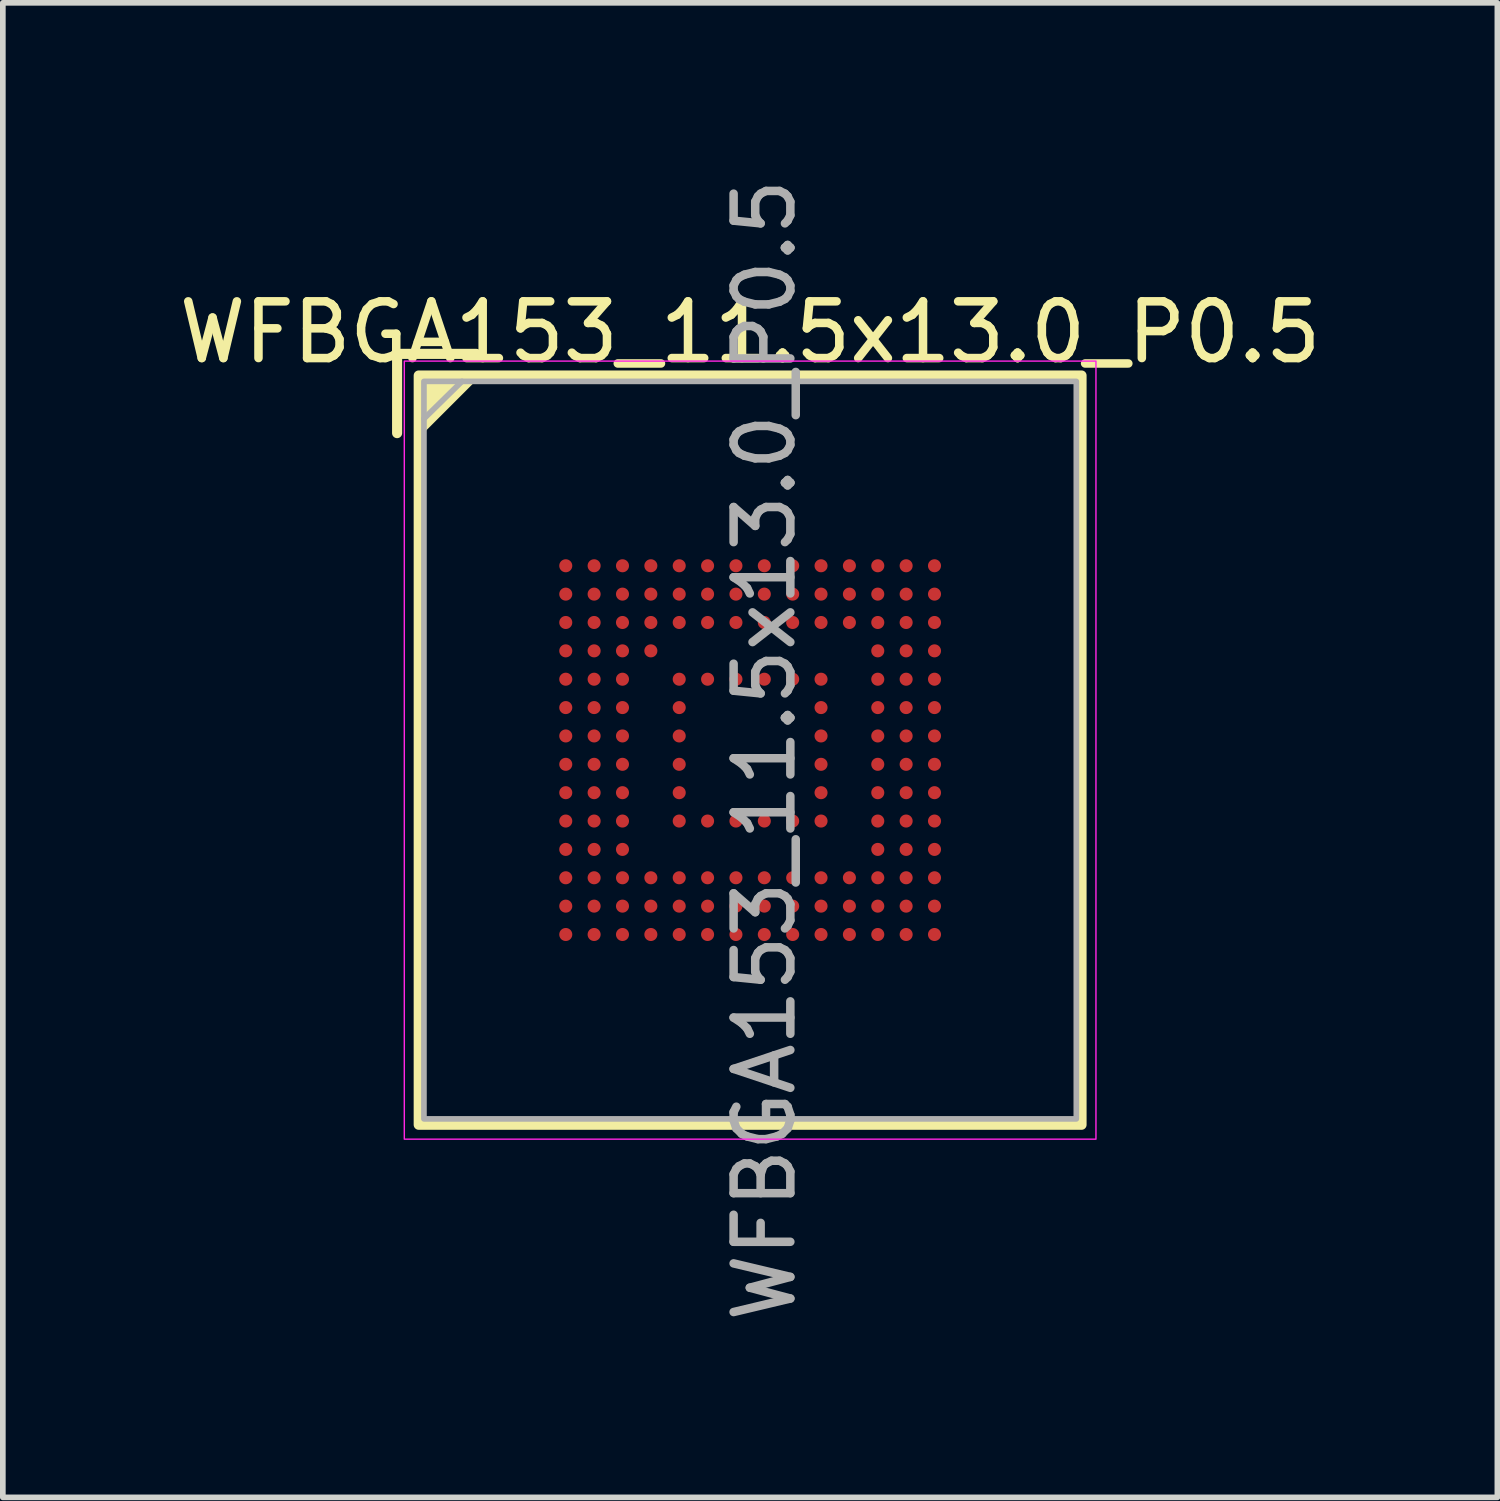
<source format=kicad_pcb>
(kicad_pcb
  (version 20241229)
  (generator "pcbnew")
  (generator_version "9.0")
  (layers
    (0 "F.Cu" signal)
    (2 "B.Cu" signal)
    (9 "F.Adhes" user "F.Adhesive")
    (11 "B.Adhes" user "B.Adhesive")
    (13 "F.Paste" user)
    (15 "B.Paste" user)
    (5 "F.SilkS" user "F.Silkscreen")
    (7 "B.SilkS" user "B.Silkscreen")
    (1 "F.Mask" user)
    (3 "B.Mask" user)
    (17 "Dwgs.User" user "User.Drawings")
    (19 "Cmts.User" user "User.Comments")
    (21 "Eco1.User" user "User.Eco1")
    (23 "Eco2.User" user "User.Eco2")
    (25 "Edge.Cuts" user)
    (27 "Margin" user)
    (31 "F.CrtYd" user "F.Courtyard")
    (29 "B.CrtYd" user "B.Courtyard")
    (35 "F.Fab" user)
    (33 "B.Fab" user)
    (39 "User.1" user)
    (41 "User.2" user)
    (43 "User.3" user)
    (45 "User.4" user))
  (footprint "WFBGA153_11.5x13.0_P0.5"
    (layer "F.Cu")
    (at 10.173 10.173)
    (property "Reference" "WFBGA153_11.5x13.0_P0.5" (at 0 -7.366 0) (unlocked yes) (layer "F.SilkS") (effects (font (size 1 1) (thickness 0.15))))
    (attr smd)
    (fp_line (start -6.223 -6.985) (end -4.826 -6.985) (stroke (width 0.178) (type solid)) (layer "F.SilkS"))
    (fp_line (start -6.223 -5.588) (end -6.223 -6.985) (stroke (width 0.178) (type solid)) (layer "F.SilkS"))
    (fp_rect (start -5.842 -6.604) (end 5.842 6.604) (stroke (width 0.178) (type solid)) (fill no) (layer "F.SilkS"))
    (fp_poly (pts (xy -5.842 -5.588) (xy -5.842 -6.604) (xy -4.826 -6.604)) (stroke (width 0.12) (type solid)) (fill yes) (layer "F.SilkS"))
    (fp_rect (start -6.096 -6.858) (end 6.096 6.858) (stroke (width 0.025) (type solid)) (fill no) (layer "F.CrtYd"))
    (fp_line (start -5.75 -5.842) (end -5.08 -6.5) (stroke (width 0.1) (type solid)) (layer "F.Fab"))
    (fp_rect (start -5.75 -6.5) (end 5.75 6.5) (stroke (width 0.1) (type solid)) (fill no) (layer "F.Fab"))
    (fp_text user "${REFERENCE}" (at 0.254 0 90) (unlocked yes) (layer "F.Fab") (effects (font (size 1 1) (thickness 0.15))))
    (pad "A1" smd circle (at -3.25 -3.25) (size 0.23 0.23) (layers "F.Cu" "F.Mask" "F.Paste"))
    (pad "A2" smd circle (at -2.75 -3.25) (size 0.23 0.23) (layers "F.Cu" "F.Mask" "F.Paste"))
    (pad "A3" smd circle (at -2.25 -3.25) (size 0.23 0.23) (layers "F.Cu" "F.Mask" "F.Paste"))
    (pad "A4" smd circle (at -1.75 -3.25) (size 0.23 0.23) (layers "F.Cu" "F.Mask" "F.Paste"))
    (pad "A5" smd circle (at -1.25 -3.25) (size 0.23 0.23) (layers "F.Cu" "F.Mask" "F.Paste"))
    (pad "A6" smd circle (at -0.75 -3.25) (size 0.23 0.23) (layers "F.Cu" "F.Mask" "F.Paste"))
    (pad "A7" smd circle (at -0.25 -3.25) (size 0.23 0.23) (layers "F.Cu" "F.Mask" "F.Paste"))
    (pad "A8" smd circle (at 0.25 -3.25) (size 0.23 0.23) (layers "F.Cu" "F.Mask" "F.Paste"))
    (pad "A9" smd circle (at 0.75 -3.25) (size 0.23 0.23) (layers "F.Cu" "F.Mask" "F.Paste"))
    (pad "A10" smd circle (at 1.25 -3.25) (size 0.23 0.23) (layers "F.Cu" "F.Mask" "F.Paste"))
    (pad "A11" smd circle (at 1.75 -3.25) (size 0.23 0.23) (layers "F.Cu" "F.Mask" "F.Paste"))
    (pad "A12" smd circle (at 2.25 -3.25) (size 0.23 0.23) (layers "F.Cu" "F.Mask" "F.Paste"))
    (pad "A13" smd circle (at 2.75 -3.25) (size 0.23 0.23) (layers "F.Cu" "F.Mask" "F.Paste"))
    (pad "A14" smd circle (at 3.25 -3.25) (size 0.23 0.23) (layers "F.Cu" "F.Mask" "F.Paste"))
    (pad "B1" smd circle (at -3.25 -2.75) (size 0.23 0.23) (layers "F.Cu" "F.Mask" "F.Paste"))
    (pad "B2" smd circle (at -2.75 -2.75) (size 0.23 0.23) (layers "F.Cu" "F.Mask" "F.Paste"))
    (pad "B3" smd circle (at -2.25 -2.75) (size 0.23 0.23) (layers "F.Cu" "F.Mask" "F.Paste"))
    (pad "B4" smd circle (at -1.75 -2.75) (size 0.23 0.23) (layers "F.Cu" "F.Mask" "F.Paste"))
    (pad "B5" smd circle (at -1.25 -2.75) (size 0.23 0.23) (layers "F.Cu" "F.Mask" "F.Paste"))
    (pad "B6" smd circle (at -0.75 -2.75) (size 0.23 0.23) (layers "F.Cu" "F.Mask" "F.Paste"))
    (pad "B7" smd circle (at -0.25 -2.75) (size 0.23 0.23) (layers "F.Cu" "F.Mask" "F.Paste"))
    (pad "B8" smd circle (at 0.25 -2.75) (size 0.23 0.23) (layers "F.Cu" "F.Mask" "F.Paste"))
    (pad "B9" smd circle (at 0.75 -2.75) (size 0.23 0.23) (layers "F.Cu" "F.Mask" "F.Paste"))
    (pad "B10" smd circle (at 1.25 -2.75) (size 0.23 0.23) (layers "F.Cu" "F.Mask" "F.Paste"))
    (pad "B11" smd circle (at 1.75 -2.75) (size 0.23 0.23) (layers "F.Cu" "F.Mask" "F.Paste"))
    (pad "B12" smd circle (at 2.25 -2.75) (size 0.23 0.23) (layers "F.Cu" "F.Mask" "F.Paste"))
    (pad "B13" smd circle (at 2.75 -2.75) (size 0.23 0.23) (layers "F.Cu" "F.Mask" "F.Paste"))
    (pad "B14" smd circle (at 3.25 -2.75) (size 0.23 0.23) (layers "F.Cu" "F.Mask" "F.Paste"))
    (pad "C1" smd circle (at -3.25 -2.25) (size 0.23 0.23) (layers "F.Cu" "F.Mask" "F.Paste"))
    (pad "C2" smd circle (at -2.75 -2.25) (size 0.23 0.23) (layers "F.Cu" "F.Mask" "F.Paste"))
    (pad "C3" smd circle (at -2.25 -2.25) (size 0.23 0.23) (layers "F.Cu" "F.Mask" "F.Paste"))
    (pad "C4" smd circle (at -1.75 -2.25) (size 0.23 0.23) (layers "F.Cu" "F.Mask" "F.Paste"))
    (pad "C5" smd circle (at -1.25 -2.25) (size 0.23 0.23) (layers "F.Cu" "F.Mask" "F.Paste"))
    (pad "C6" smd circle (at -0.75 -2.25) (size 0.23 0.23) (layers "F.Cu" "F.Mask" "F.Paste"))
    (pad "C7" smd circle (at -0.25 -2.25) (size 0.23 0.23) (layers "F.Cu" "F.Mask" "F.Paste"))
    (pad "C8" smd circle (at 0.25 -2.25) (size 0.23 0.23) (layers "F.Cu" "F.Mask" "F.Paste"))
    (pad "C9" smd circle (at 0.75 -2.25) (size 0.23 0.23) (layers "F.Cu" "F.Mask" "F.Paste"))
    (pad "C10" smd circle (at 1.25 -2.25) (size 0.23 0.23) (layers "F.Cu" "F.Mask" "F.Paste"))
    (pad "C11" smd circle (at 1.75 -2.25) (size 0.23 0.23) (layers "F.Cu" "F.Mask" "F.Paste"))
    (pad "C12" smd circle (at 2.25 -2.25) (size 0.23 0.23) (layers "F.Cu" "F.Mask" "F.Paste"))
    (pad "C13" smd circle (at 2.75 -2.25) (size 0.23 0.23) (layers "F.Cu" "F.Mask" "F.Paste"))
    (pad "C14" smd circle (at 3.25 -2.25) (size 0.23 0.23) (layers "F.Cu" "F.Mask" "F.Paste"))
    (pad "D1" smd circle (at -3.25 -1.75) (size 0.23 0.23) (layers "F.Cu" "F.Mask" "F.Paste"))
    (pad "D2" smd circle (at -2.75 -1.75) (size 0.23 0.23) (layers "F.Cu" "F.Mask" "F.Paste"))
    (pad "D3" smd circle (at -2.25 -1.75) (size 0.23 0.23) (layers "F.Cu" "F.Mask" "F.Paste"))
    (pad "D4" smd circle (at -1.75 -1.75) (size 0.23 0.23) (layers "F.Cu" "F.Mask" "F.Paste"))
    (pad "D12" smd circle (at 2.25 -1.75) (size 0.23 0.23) (layers "F.Cu" "F.Mask" "F.Paste"))
    (pad "D13" smd circle (at 2.75 -1.75) (size 0.23 0.23) (layers "F.Cu" "F.Mask" "F.Paste"))
    (pad "D14" smd circle (at 3.25 -1.75) (size 0.23 0.23) (layers "F.Cu" "F.Mask" "F.Paste"))
    (pad "E1" smd circle (at -3.25 -1.25) (size 0.23 0.23) (layers "F.Cu" "F.Mask" "F.Paste"))
    (pad "E2" smd circle (at -2.75 -1.25) (size 0.23 0.23) (layers "F.Cu" "F.Mask" "F.Paste"))
    (pad "E3" smd circle (at -2.25 -1.25) (size 0.23 0.23) (layers "F.Cu" "F.Mask" "F.Paste"))
    (pad "E5" smd circle (at -1.25 -1.25) (size 0.23 0.23) (layers "F.Cu" "F.Mask" "F.Paste"))
    (pad "E6" smd circle (at -0.75 -1.25) (size 0.23 0.23) (layers "F.Cu" "F.Mask" "F.Paste"))
    (pad "E7" smd circle (at -0.25 -1.25) (size 0.23 0.23) (layers "F.Cu" "F.Mask" "F.Paste"))
    (pad "E8" smd circle (at 0.25 -1.25) (size 0.23 0.23) (layers "F.Cu" "F.Mask" "F.Paste"))
    (pad "E9" smd circle (at 0.75 -1.25) (size 0.23 0.23) (layers "F.Cu" "F.Mask" "F.Paste"))
    (pad "E10" smd circle (at 1.25 -1.25) (size 0.23 0.23) (layers "F.Cu" "F.Mask" "F.Paste"))
    (pad "E12" smd circle (at 2.25 -1.25) (size 0.23 0.23) (layers "F.Cu" "F.Mask" "F.Paste"))
    (pad "E13" smd circle (at 2.75 -1.25) (size 0.23 0.23) (layers "F.Cu" "F.Mask" "F.Paste"))
    (pad "E14" smd circle (at 3.25 -1.25) (size 0.23 0.23) (layers "F.Cu" "F.Mask" "F.Paste"))
    (pad "F1" smd circle (at -3.25 -0.75) (size 0.23 0.23) (layers "F.Cu" "F.Mask" "F.Paste"))
    (pad "F2" smd circle (at -2.75 -0.75) (size 0.23 0.23) (layers "F.Cu" "F.Mask" "F.Paste"))
    (pad "F3" smd circle (at -2.25 -0.75) (size 0.23 0.23) (layers "F.Cu" "F.Mask" "F.Paste"))
    (pad "F5" smd circle (at -1.25 -0.75) (size 0.23 0.23) (layers "F.Cu" "F.Mask" "F.Paste"))
    (pad "F10" smd circle (at 1.25 -0.75) (size 0.23 0.23) (layers "F.Cu" "F.Mask" "F.Paste"))
    (pad "F12" smd circle (at 2.25 -0.75) (size 0.23 0.23) (layers "F.Cu" "F.Mask" "F.Paste"))
    (pad "F13" smd circle (at 2.75 -0.75) (size 0.23 0.23) (layers "F.Cu" "F.Mask" "F.Paste"))
    (pad "F14" smd circle (at 3.25 -0.75) (size 0.23 0.23) (layers "F.Cu" "F.Mask" "F.Paste"))
    (pad "G1" smd circle (at -3.25 -0.25) (size 0.23 0.23) (layers "F.Cu" "F.Mask" "F.Paste"))
    (pad "G2" smd circle (at -2.75 -0.25) (size 0.23 0.23) (layers "F.Cu" "F.Mask" "F.Paste"))
    (pad "G3" smd circle (at -2.25 -0.25) (size 0.23 0.23) (layers "F.Cu" "F.Mask" "F.Paste"))
    (pad "G5" smd circle (at -1.25 -0.25) (size 0.23 0.23) (layers "F.Cu" "F.Mask" "F.Paste"))
    (pad "G10" smd circle (at 1.25 -0.25) (size 0.23 0.23) (layers "F.Cu" "F.Mask" "F.Paste"))
    (pad "G12" smd circle (at 2.25 -0.25) (size 0.23 0.23) (layers "F.Cu" "F.Mask" "F.Paste"))
    (pad "G13" smd circle (at 2.75 -0.25) (size 0.23 0.23) (layers "F.Cu" "F.Mask" "F.Paste"))
    (pad "G14" smd circle (at 3.25 -0.25) (size 0.23 0.23) (layers "F.Cu" "F.Mask" "F.Paste"))
    (pad "H1" smd circle (at -3.25 0.25) (size 0.23 0.23) (layers "F.Cu" "F.Mask" "F.Paste"))
    (pad "H2" smd circle (at -2.75 0.25) (size 0.23 0.23) (layers "F.Cu" "F.Mask" "F.Paste"))
    (pad "H3" smd circle (at -2.25 0.25) (size 0.23 0.23) (layers "F.Cu" "F.Mask" "F.Paste"))
    (pad "H5" smd circle (at -1.25 0.25) (size 0.23 0.23) (layers "F.Cu" "F.Mask" "F.Paste"))
    (pad "H10" smd circle (at 1.25 0.25) (size 0.23 0.23) (layers "F.Cu" "F.Mask" "F.Paste"))
    (pad "H12" smd circle (at 2.25 0.25) (size 0.23 0.23) (layers "F.Cu" "F.Mask" "F.Paste"))
    (pad "H13" smd circle (at 2.75 0.25) (size 0.23 0.23) (layers "F.Cu" "F.Mask" "F.Paste"))
    (pad "H14" smd circle (at 3.25 0.25) (size 0.23 0.23) (layers "F.Cu" "F.Mask" "F.Paste"))
    (pad "J1" smd circle (at -3.25 0.75) (size 0.23 0.23) (layers "F.Cu" "F.Mask" "F.Paste"))
    (pad "J2" smd circle (at -2.75 0.75) (size 0.23 0.23) (layers "F.Cu" "F.Mask" "F.Paste"))
    (pad "J3" smd circle (at -2.25 0.75) (size 0.23 0.23) (layers "F.Cu" "F.Mask" "F.Paste"))
    (pad "J5" smd circle (at -1.25 0.75) (size 0.23 0.23) (layers "F.Cu" "F.Mask" "F.Paste"))
    (pad "J10" smd circle (at 1.25 0.75) (size 0.23 0.23) (layers "F.Cu" "F.Mask" "F.Paste"))
    (pad "J12" smd circle (at 2.25 0.75) (size 0.23 0.23) (layers "F.Cu" "F.Mask" "F.Paste"))
    (pad "J13" smd circle (at 2.75 0.75) (size 0.23 0.23) (layers "F.Cu" "F.Mask" "F.Paste"))
    (pad "J14" smd circle (at 3.25 0.75) (size 0.23 0.23) (layers "F.Cu" "F.Mask" "F.Paste"))
    (pad "K1" smd circle (at -3.25 1.25) (size 0.23 0.23) (layers "F.Cu" "F.Mask" "F.Paste"))
    (pad "K2" smd circle (at -2.75 1.25) (size 0.23 0.23) (layers "F.Cu" "F.Mask" "F.Paste"))
    (pad "K3" smd circle (at -2.25 1.25) (size 0.23 0.23) (layers "F.Cu" "F.Mask" "F.Paste"))
    (pad "K5" smd circle (at -1.25 1.25) (size 0.23 0.23) (layers "F.Cu" "F.Mask" "F.Paste"))
    (pad "K6" smd circle (at -0.75 1.25) (size 0.23 0.23) (layers "F.Cu" "F.Mask" "F.Paste"))
    (pad "K7" smd circle (at -0.25 1.25) (size 0.23 0.23) (layers "F.Cu" "F.Mask" "F.Paste"))
    (pad "K8" smd circle (at 0.25 1.25) (size 0.23 0.23) (layers "F.Cu" "F.Mask" "F.Paste"))
    (pad "K9" smd circle (at 0.75 1.25) (size 0.23 0.23) (layers "F.Cu" "F.Mask" "F.Paste"))
    (pad "K10" smd circle (at 1.25 1.25) (size 0.23 0.23) (layers "F.Cu" "F.Mask" "F.Paste"))
    (pad "K12" smd circle (at 2.25 1.25) (size 0.23 0.23) (layers "F.Cu" "F.Mask" "F.Paste"))
    (pad "K13" smd circle (at 2.75 1.25) (size 0.23 0.23) (layers "F.Cu" "F.Mask" "F.Paste"))
    (pad "K14" smd circle (at 3.25 1.25) (size 0.23 0.23) (layers "F.Cu" "F.Mask" "F.Paste"))
    (pad "L1" smd circle (at -3.25 1.75) (size 0.23 0.23) (layers "F.Cu" "F.Mask" "F.Paste"))
    (pad "L2" smd circle (at -2.75 1.75) (size 0.23 0.23) (layers "F.Cu" "F.Mask" "F.Paste"))
    (pad "L3" smd circle (at -2.25 1.75) (size 0.23 0.23) (layers "F.Cu" "F.Mask" "F.Paste"))
    (pad "L12" smd circle (at 2.25 1.75) (size 0.23 0.23) (layers "F.Cu" "F.Mask" "F.Paste"))
    (pad "L13" smd circle (at 2.75 1.75) (size 0.23 0.23) (layers "F.Cu" "F.Mask" "F.Paste"))
    (pad "L14" smd circle (at 3.25 1.75) (size 0.23 0.23) (layers "F.Cu" "F.Mask" "F.Paste"))
    (pad "M1" smd circle (at -3.25 2.25) (size 0.23 0.23) (layers "F.Cu" "F.Mask" "F.Paste"))
    (pad "M2" smd circle (at -2.75 2.25) (size 0.23 0.23) (layers "F.Cu" "F.Mask" "F.Paste"))
    (pad "M3" smd circle (at -2.25 2.25) (size 0.23 0.23) (layers "F.Cu" "F.Mask" "F.Paste"))
    (pad "M4" smd circle (at -1.75 2.25) (size 0.23 0.23) (layers "F.Cu" "F.Mask" "F.Paste"))
    (pad "M5" smd circle (at -1.25 2.25) (size 0.23 0.23) (layers "F.Cu" "F.Mask" "F.Paste"))
    (pad "M6" smd circle (at -0.75 2.25) (size 0.23 0.23) (layers "F.Cu" "F.Mask" "F.Paste"))
    (pad "M7" smd circle (at -0.25 2.25) (size 0.23 0.23) (layers "F.Cu" "F.Mask" "F.Paste"))
    (pad "M8" smd circle (at 0.25 2.25) (size 0.23 0.23) (layers "F.Cu" "F.Mask" "F.Paste"))
    (pad "M9" smd circle (at 0.75 2.25) (size 0.23 0.23) (layers "F.Cu" "F.Mask" "F.Paste"))
    (pad "M10" smd circle (at 1.25 2.25) (size 0.23 0.23) (layers "F.Cu" "F.Mask" "F.Paste"))
    (pad "M11" smd circle (at 1.75 2.25) (size 0.23 0.23) (layers "F.Cu" "F.Mask" "F.Paste"))
    (pad "M12" smd circle (at 2.25 2.25) (size 0.23 0.23) (layers "F.Cu" "F.Mask" "F.Paste"))
    (pad "M13" smd circle (at 2.75 2.25) (size 0.23 0.23) (layers "F.Cu" "F.Mask" "F.Paste"))
    (pad "M14" smd circle (at 3.25 2.25) (size 0.23 0.23) (layers "F.Cu" "F.Mask" "F.Paste"))
    (pad "N1" smd circle (at -3.25 2.75) (size 0.23 0.23) (layers "F.Cu" "F.Mask" "F.Paste"))
    (pad "N2" smd circle (at -2.75 2.75) (size 0.23 0.23) (layers "F.Cu" "F.Mask" "F.Paste"))
    (pad "N3" smd circle (at -2.25 2.75) (size 0.23 0.23) (layers "F.Cu" "F.Mask" "F.Paste"))
    (pad "N4" smd circle (at -1.75 2.75) (size 0.23 0.23) (layers "F.Cu" "F.Mask" "F.Paste"))
    (pad "N5" smd circle (at -1.25 2.75) (size 0.23 0.23) (layers "F.Cu" "F.Mask" "F.Paste"))
    (pad "N6" smd circle (at -0.75 2.75) (size 0.23 0.23) (layers "F.Cu" "F.Mask" "F.Paste"))
    (pad "N7" smd circle (at -0.25 2.75) (size 0.23 0.23) (layers "F.Cu" "F.Mask" "F.Paste"))
    (pad "N8" smd circle (at 0.25 2.75) (size 0.23 0.23) (layers "F.Cu" "F.Mask" "F.Paste"))
    (pad "N9" smd circle (at 0.75 2.75) (size 0.23 0.23) (layers "F.Cu" "F.Mask" "F.Paste"))
    (pad "N10" smd circle (at 1.25 2.75) (size 0.23 0.23) (layers "F.Cu" "F.Mask" "F.Paste"))
    (pad "N11" smd circle (at 1.75 2.75) (size 0.23 0.23) (layers "F.Cu" "F.Mask" "F.Paste"))
    (pad "N12" smd circle (at 2.25 2.75) (size 0.23 0.23) (layers "F.Cu" "F.Mask" "F.Paste"))
    (pad "N13" smd circle (at 2.75 2.75) (size 0.23 0.23) (layers "F.Cu" "F.Mask" "F.Paste"))
    (pad "N14" smd circle (at 3.25 2.75) (size 0.23 0.23) (layers "F.Cu" "F.Mask" "F.Paste"))
    (pad "P1" smd circle (at -3.25 3.25) (size 0.23 0.23) (layers "F.Cu" "F.Mask" "F.Paste"))
    (pad "P2" smd circle (at -2.75 3.25) (size 0.23 0.23) (layers "F.Cu" "F.Mask" "F.Paste"))
    (pad "P3" smd circle (at -2.25 3.25) (size 0.23 0.23) (layers "F.Cu" "F.Mask" "F.Paste"))
    (pad "P4" smd circle (at -1.75 3.25) (size 0.23 0.23) (layers "F.Cu" "F.Mask" "F.Paste"))
    (pad "P5" smd circle (at -1.25 3.25) (size 0.23 0.23) (layers "F.Cu" "F.Mask" "F.Paste"))
    (pad "P6" smd circle (at -0.75 3.25) (size 0.23 0.23) (layers "F.Cu" "F.Mask" "F.Paste"))
    (pad "P7" smd circle (at -0.25 3.25) (size 0.23 0.23) (layers "F.Cu" "F.Mask" "F.Paste"))
    (pad "P8" smd circle (at 0.25 3.25) (size 0.23 0.23) (layers "F.Cu" "F.Mask" "F.Paste"))
    (pad "P9" smd circle (at 0.75 3.25) (size 0.23 0.23) (layers "F.Cu" "F.Mask" "F.Paste"))
    (pad "P10" smd circle (at 1.25 3.25) (size 0.23 0.23) (layers "F.Cu" "F.Mask" "F.Paste"))
    (pad "P11" smd circle (at 1.75 3.25) (size 0.23 0.23) (layers "F.Cu" "F.Mask" "F.Paste"))
    (pad "P12" smd circle (at 2.25 3.25) (size 0.23 0.23) (layers "F.Cu" "F.Mask" "F.Paste"))
    (pad "P13" smd circle (at 2.75 3.25) (size 0.23 0.23) (layers "F.Cu" "F.Mask" "F.Paste"))
    (pad "P14" smd circle (at 3.25 3.25) (size 0.23 0.23) (layers "F.Cu" "F.Mask" "F.Paste")))
  (gr_rect
    (start -3 -3)
    (end 23.345 23.345)
    (stroke (width 0.1) (type default))
    (fill no)
    (layer "Edge.Cuts")))
</source>
